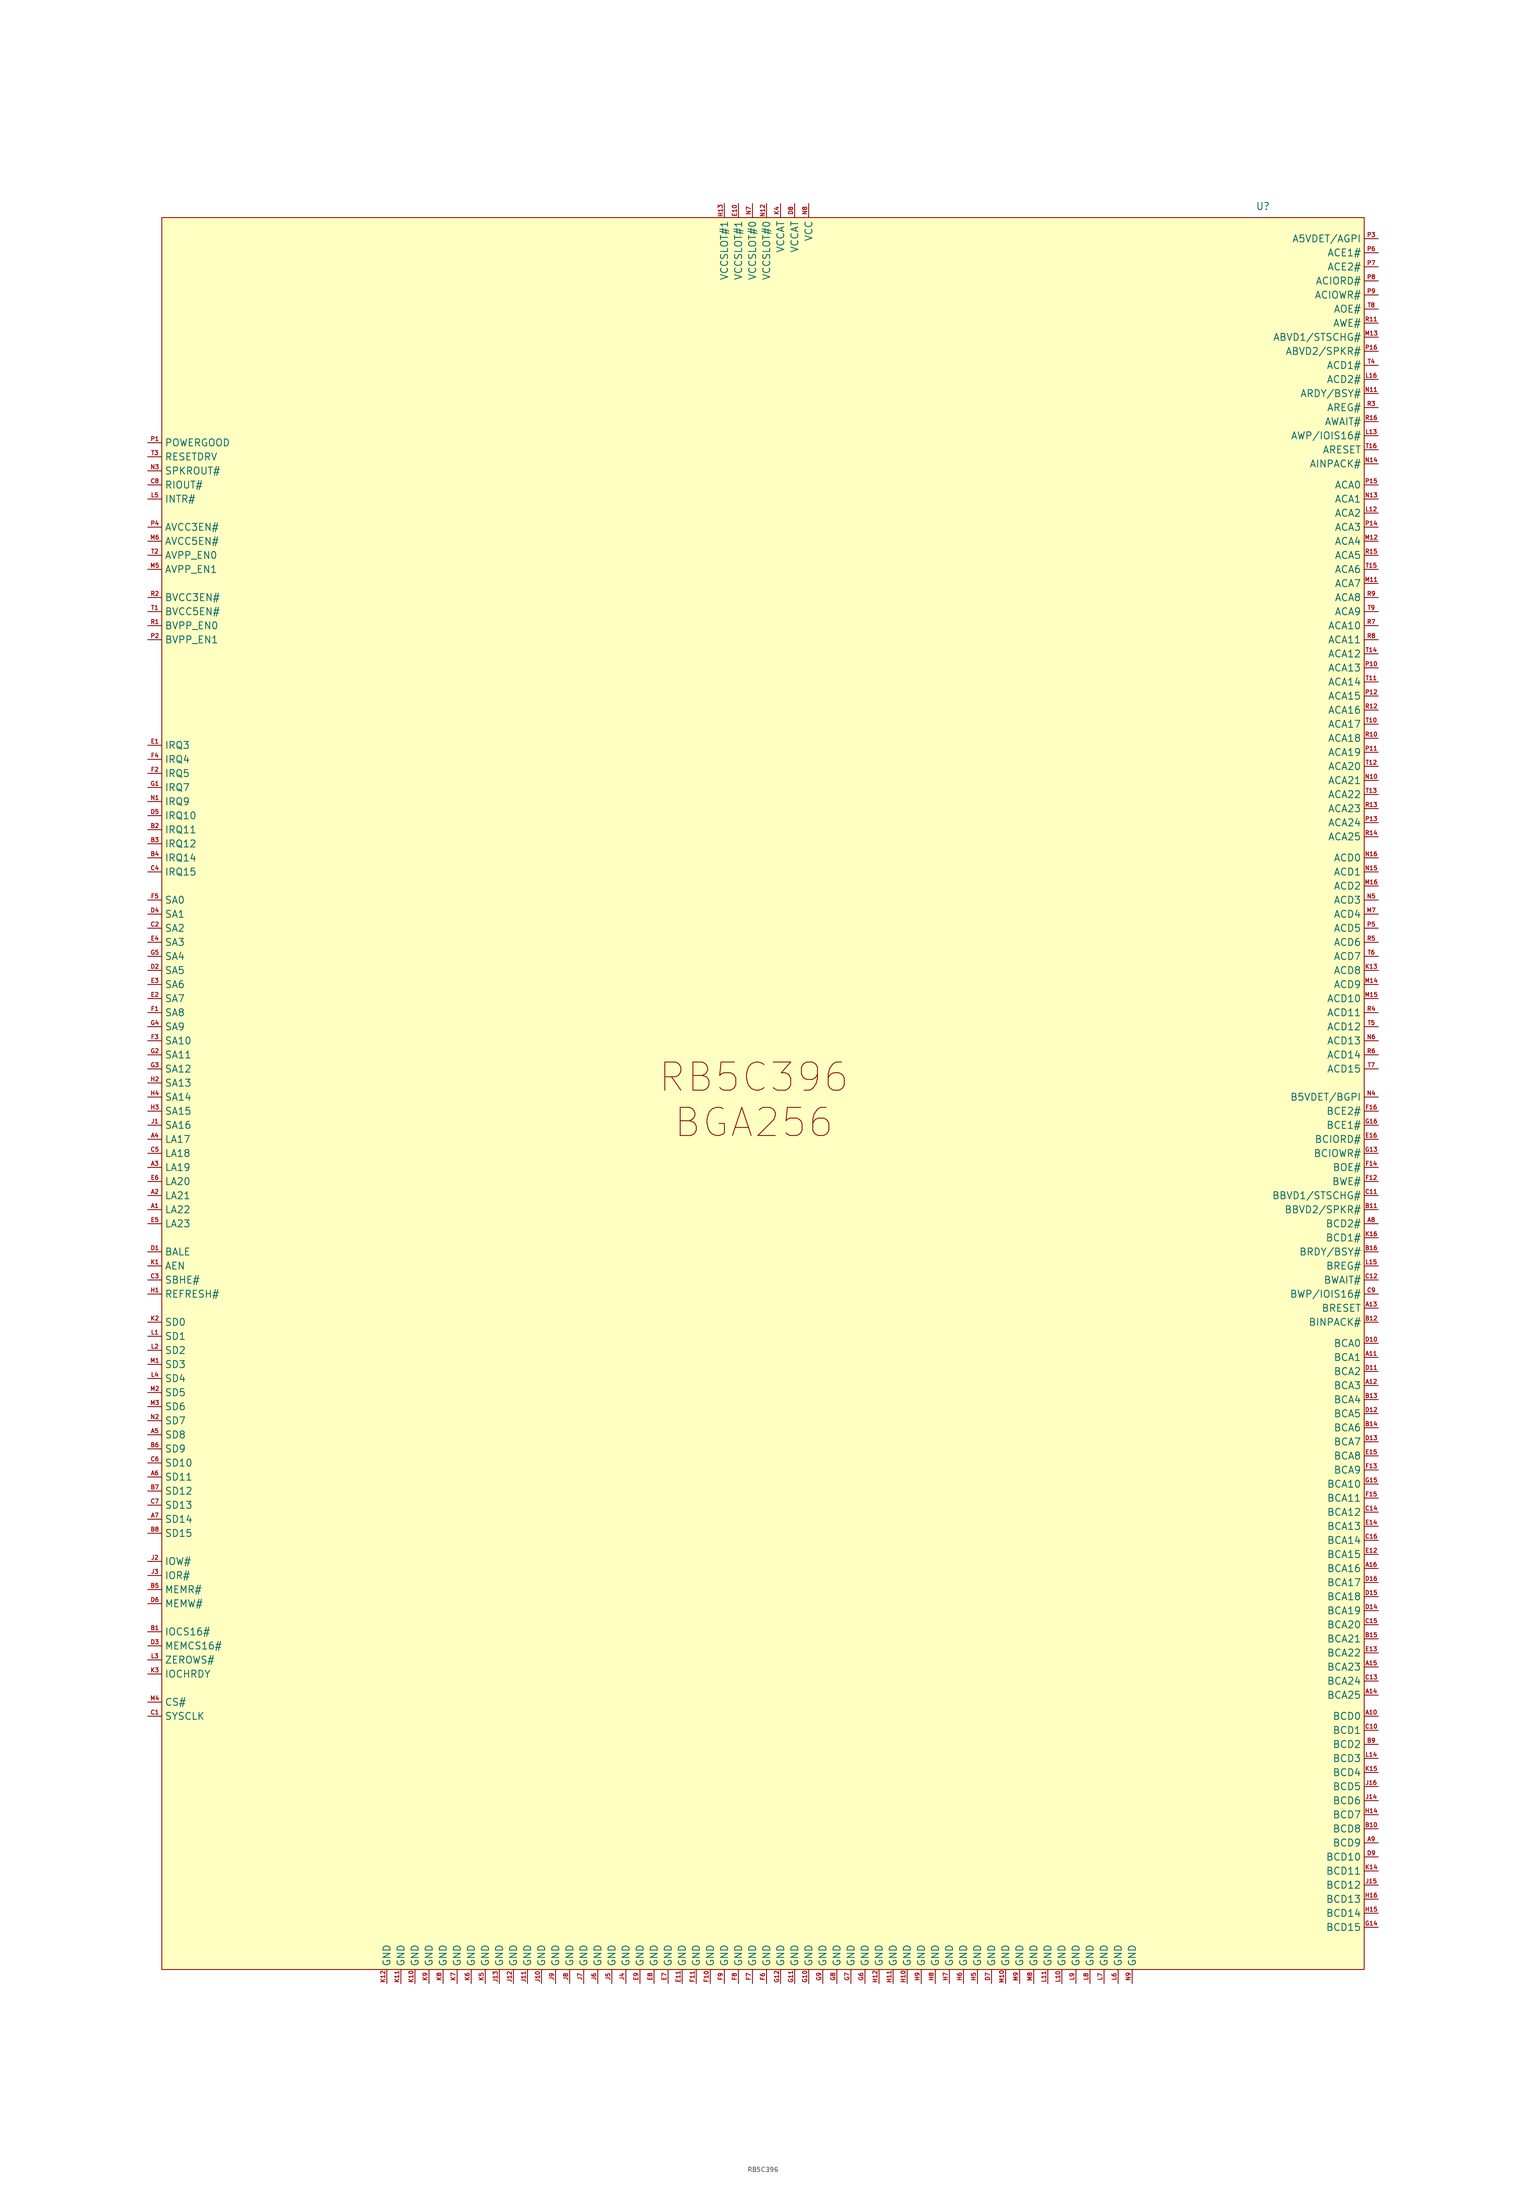
<source format=kicad_sym>
(kicad_symbol_lib
  (version 20241209)
  (generator "kicad_symbol_editor")
  (generator_version "9.0")
  (symbol "RB5C396"
    (property "Reference" "U"
      (at 90.932 162.052 0)
      (effects (font (size 1.27 1.27))))
    (property "Value" ""
      (at 0 0 0)
      (effects (font (size 1.27 1.27))))
    (symbol "RB5C396_1_1"
      (rectangle (start -107.95 160.02) (end 109.22 -156.21) (stroke (width 0) (type solid)) (fill (type color) (color 255 255 194 1)))
      (text "RB5C396\nBGA256" (at -1.016 0.762 0) (effects (font (size 5.08 5.08))))
      (pin input line (at -110.49 119.38 0) (length 2.54) (name "POWERGOOD" (effects (font (size 1.27 1.27)))) (number "P1" (effects (font (size 0.762 0.762)))))
      (pin input line (at -110.49 116.84 0) (length 2.54) (name "RESETDRV" (effects (font (size 1.27 1.27)))) (number "T3" (effects (font (size 0.762 0.762)))))
      (pin output line (at -110.49 114.3 0) (length 2.54) (name "SPKROUT#" (effects (font (size 1.27 1.27)))) (number "N3" (effects (font (size 0.762 0.762)))))
      (pin output line (at -110.49 111.76 0) (length 2.54) (name "RIOUT#" (effects (font (size 1.27 1.27)))) (number "C8" (effects (font (size 0.762 0.762)))))
      (pin output line (at -110.49 109.22 0) (length 2.54) (name "INTR#" (effects (font (size 1.27 1.27)))) (number "L5" (effects (font (size 0.762 0.762)))))
      (pin output line (at -110.49 104.14 0) (length 2.54) (name "AVCC3EN#" (effects (font (size 1.27 1.27)))) (number "P4" (effects (font (size 0.762 0.762)))))
      (pin output line (at -110.49 101.6 0) (length 2.54) (name "AVCC5EN#" (effects (font (size 1.27 1.27)))) (number "M6" (effects (font (size 0.762 0.762)))))
      (pin output line (at -110.49 99.06 0) (length 2.54) (name "AVPP_EN0" (effects (font (size 1.27 1.27)))) (number "T2" (effects (font (size 0.762 0.762)))))
      (pin output line (at -110.49 96.52 0) (length 2.54) (name "AVPP_EN1" (effects (font (size 1.27 1.27)))) (number "M5" (effects (font (size 0.762 0.762)))))
      (pin output line (at -110.49 91.44 0) (length 2.54) (name "BVCC3EN#" (effects (font (size 1.27 1.27)))) (number "R2" (effects (font (size 0.762 0.762)))))
      (pin output line (at -110.49 88.9 0) (length 2.54) (name "BVCC5EN#" (effects (font (size 1.27 1.27)))) (number "T1" (effects (font (size 0.762 0.762)))))
      (pin output line (at -110.49 86.36 0) (length 2.54) (name "BVPP_EN0" (effects (font (size 1.27 1.27)))) (number "R1" (effects (font (size 0.762 0.762)))))
      (pin output line (at -110.49 83.82 0) (length 2.54) (name "BVPP_EN1" (effects (font (size 1.27 1.27)))) (number "P2" (effects (font (size 0.762 0.762)))))
      (pin output line (at -110.49 64.77 0) (length 2.54) (name "IRQ3" (effects (font (size 1.27 1.27)))) (number "E1" (effects (font (size 0.762 0.762)))))
      (pin output line (at -110.49 62.23 0) (length 2.54) (name "IRQ4" (effects (font (size 1.27 1.27)))) (number "F4" (effects (font (size 0.762 0.762)))))
      (pin output line (at -110.49 59.69 0) (length 2.54) (name "IRQ5" (effects (font (size 1.27 1.27)))) (number "F2" (effects (font (size 0.762 0.762)))))
      (pin output line (at -110.49 57.15 0) (length 2.54) (name "IRQ7" (effects (font (size 1.27 1.27)))) (number "G1" (effects (font (size 0.762 0.762)))))
      (pin output line (at -110.49 54.61 0) (length 2.54) (name "IRQ9" (effects (font (size 1.27 1.27)))) (number "N1" (effects (font (size 0.762 0.762)))))
      (pin output line (at -110.49 52.07 0) (length 2.54) (name "IRQ10" (effects (font (size 1.27 1.27)))) (number "D5" (effects (font (size 0.762 0.762)))))
      (pin output line (at -110.49 49.53 0) (length 2.54) (name "IRQ11" (effects (font (size 1.27 1.27)))) (number "B2" (effects (font (size 0.762 0.762)))))
      (pin output line (at -110.49 46.99 0) (length 2.54) (name "IRQ12" (effects (font (size 1.27 1.27)))) (number "B3" (effects (font (size 0.762 0.762)))))
      (pin output line (at -110.49 44.45 0) (length 2.54) (name "IRQ14" (effects (font (size 1.27 1.27)))) (number "B4" (effects (font (size 0.762 0.762)))))
      (pin output line (at -110.49 41.91 0) (length 2.54) (name "IRQ15" (effects (font (size 1.27 1.27)))) (number "C4" (effects (font (size 0.762 0.762)))))
      (pin input line (at -110.49 36.83 0) (length 2.54) (name "SA0" (effects (font (size 1.27 1.27)))) (number "F5" (effects (font (size 0.762 0.762)))))
      (pin input line (at -110.49 34.29 0) (length 2.54) (name "SA1" (effects (font (size 1.27 1.27)))) (number "D4" (effects (font (size 0.762 0.762)))))
      (pin input line (at -110.49 31.75 0) (length 2.54) (name "SA2" (effects (font (size 1.27 1.27)))) (number "C2" (effects (font (size 0.762 0.762)))))
      (pin input line (at -110.49 29.21 0) (length 2.54) (name "SA3" (effects (font (size 1.27 1.27)))) (number "E4" (effects (font (size 0.762 0.762)))))
      (pin input line (at -110.49 26.67 0) (length 2.54) (name "SA4" (effects (font (size 1.27 1.27)))) (number "G5" (effects (font (size 0.762 0.762)))))
      (pin input line (at -110.49 24.13 0) (length 2.54) (name "SA5" (effects (font (size 1.27 1.27)))) (number "D2" (effects (font (size 0.762 0.762)))))
      (pin input line (at -110.49 21.59 0) (length 2.54) (name "SA6" (effects (font (size 1.27 1.27)))) (number "E3" (effects (font (size 0.762 0.762)))))
      (pin input line (at -110.49 19.05 0) (length 2.54) (name "SA7" (effects (font (size 1.27 1.27)))) (number "E2" (effects (font (size 0.762 0.762)))))
      (pin input line (at -110.49 16.51 0) (length 2.54) (name "SA8" (effects (font (size 1.27 1.27)))) (number "F1" (effects (font (size 0.762 0.762)))))
      (pin input line (at -110.49 13.97 0) (length 2.54) (name "SA9" (effects (font (size 1.27 1.27)))) (number "G4" (effects (font (size 0.762 0.762)))))
      (pin input line (at -110.49 11.43 0) (length 2.54) (name "SA10" (effects (font (size 1.27 1.27)))) (number "F3" (effects (font (size 0.762 0.762)))))
      (pin input line (at -110.49 8.89 0) (length 2.54) (name "SA11" (effects (font (size 1.27 1.27)))) (number "G2" (effects (font (size 0.762 0.762)))))
      (pin input line (at -110.49 6.35 0) (length 2.54) (name "SA12" (effects (font (size 1.27 1.27)))) (number "G3" (effects (font (size 0.762 0.762)))))
      (pin input line (at -110.49 3.81 0) (length 2.54) (name "SA13" (effects (font (size 1.27 1.27)))) (number "H2" (effects (font (size 0.762 0.762)))))
      (pin input line (at -110.49 1.27 0) (length 2.54) (name "SA14" (effects (font (size 1.27 1.27)))) (number "H4" (effects (font (size 0.762 0.762)))))
      (pin input line (at -110.49 -1.27 0) (length 2.54) (name "SA15" (effects (font (size 1.27 1.27)))) (number "H3" (effects (font (size 0.762 0.762)))))
      (pin input line (at -110.49 -3.81 0) (length 2.54) (name "SA16" (effects (font (size 1.27 1.27)))) (number "J1" (effects (font (size 0.762 0.762)))))
      (pin input line (at -110.49 -6.35 0) (length 2.54) (name "LA17" (effects (font (size 1.27 1.27)))) (number "A4" (effects (font (size 0.762 0.762)))))
      (pin input line (at -110.49 -8.89 0) (length 2.54) (name "LA18" (effects (font (size 1.27 1.27)))) (number "C5" (effects (font (size 0.762 0.762)))))
      (pin input line (at -110.49 -11.43 0) (length 2.54) (name "LA19" (effects (font (size 1.27 1.27)))) (number "A3" (effects (font (size 0.762 0.762)))))
      (pin input line (at -110.49 -13.97 0) (length 2.54) (name "LA20" (effects (font (size 1.27 1.27)))) (number "E6" (effects (font (size 0.762 0.762)))))
      (pin input line (at -110.49 -16.51 0) (length 2.54) (name "LA21" (effects (font (size 1.27 1.27)))) (number "A2" (effects (font (size 0.762 0.762)))))
      (pin input line (at -110.49 -19.05 0) (length 2.54) (name "LA22" (effects (font (size 1.27 1.27)))) (number "A1" (effects (font (size 0.762 0.762)))))
      (pin input line (at -110.49 -21.59 0) (length 2.54) (name "LA23" (effects (font (size 1.27 1.27)))) (number "E5" (effects (font (size 0.762 0.762)))))
      (pin input line (at -110.49 -26.67 0) (length 2.54) (name "BALE" (effects (font (size 1.27 1.27)))) (number "D1" (effects (font (size 0.762 0.762)))))
      (pin input line (at -110.49 -29.21 0) (length 2.54) (name "AEN" (effects (font (size 1.27 1.27)))) (number "K1" (effects (font (size 0.762 0.762)))))
      (pin input line (at -110.49 -31.75 0) (length 2.54) (name "SBHE#" (effects (font (size 1.27 1.27)))) (number "C3" (effects (font (size 0.762 0.762)))))
      (pin input line (at -110.49 -34.29 0) (length 2.54) (name "REFRESH#" (effects (font (size 1.27 1.27)))) (number "H1" (effects (font (size 0.762 0.762)))))
      (pin bidirectional line (at -110.49 -39.37 0) (length 2.54) (name "SD0" (effects (font (size 1.27 1.27)))) (number "K2" (effects (font (size 0.762 0.762)))))
      (pin bidirectional line (at -110.49 -41.91 0) (length 2.54) (name "SD1" (effects (font (size 1.27 1.27)))) (number "L1" (effects (font (size 0.762 0.762)))))
      (pin bidirectional line (at -110.49 -44.45 0) (length 2.54) (name "SD2" (effects (font (size 1.27 1.27)))) (number "L2" (effects (font (size 0.762 0.762)))))
      (pin bidirectional line (at -110.49 -46.99 0) (length 2.54) (name "SD3" (effects (font (size 1.27 1.27)))) (number "M1" (effects (font (size 0.762 0.762)))))
      (pin bidirectional line (at -110.49 -49.53 0) (length 2.54) (name "SD4" (effects (font (size 1.27 1.27)))) (number "L4" (effects (font (size 0.762 0.762)))))
      (pin bidirectional line (at -110.49 -52.07 0) (length 2.54) (name "SD5" (effects (font (size 1.27 1.27)))) (number "M2" (effects (font (size 0.762 0.762)))))
      (pin bidirectional line (at -110.49 -54.61 0) (length 2.54) (name "SD6" (effects (font (size 1.27 1.27)))) (number "M3" (effects (font (size 0.762 0.762)))))
      (pin bidirectional line (at -110.49 -57.15 0) (length 2.54) (name "SD7" (effects (font (size 1.27 1.27)))) (number "N2" (effects (font (size 0.762 0.762)))))
      (pin bidirectional line (at -110.49 -59.69 0) (length 2.54) (name "SD8" (effects (font (size 1.27 1.27)))) (number "A5" (effects (font (size 0.762 0.762)))))
      (pin bidirectional line (at -110.49 -62.23 0) (length 2.54) (name "SD9" (effects (font (size 1.27 1.27)))) (number "B6" (effects (font (size 0.762 0.762)))))
      (pin bidirectional line (at -110.49 -64.77 0) (length 2.54) (name "SD10" (effects (font (size 1.27 1.27)))) (number "C6" (effects (font (size 0.762 0.762)))))
      (pin bidirectional line (at -110.49 -67.31 0) (length 2.54) (name "SD11" (effects (font (size 1.27 1.27)))) (number "A6" (effects (font (size 0.762 0.762)))))
      (pin bidirectional line (at -110.49 -69.85 0) (length 2.54) (name "SD12" (effects (font (size 1.27 1.27)))) (number "B7" (effects (font (size 0.762 0.762)))))
      (pin bidirectional line (at -110.49 -72.39 0) (length 2.54) (name "SD13" (effects (font (size 1.27 1.27)))) (number "C7" (effects (font (size 0.762 0.762)))))
      (pin bidirectional line (at -110.49 -74.93 0) (length 2.54) (name "SD14" (effects (font (size 1.27 1.27)))) (number "A7" (effects (font (size 0.762 0.762)))))
      (pin bidirectional line (at -110.49 -77.47 0) (length 2.54) (name "SD15" (effects (font (size 1.27 1.27)))) (number "B8" (effects (font (size 0.762 0.762)))))
      (pin input line (at -110.49 -82.55 0) (length 2.54) (name "IOW#" (effects (font (size 1.27 1.27)))) (number "J2" (effects (font (size 0.762 0.762)))))
      (pin input line (at -110.49 -85.09 0) (length 2.54) (name "IOR#" (effects (font (size 1.27 1.27)))) (number "J3" (effects (font (size 0.762 0.762)))))
      (pin input line (at -110.49 -87.63 0) (length 2.54) (name "MEMR#" (effects (font (size 1.27 1.27)))) (number "B5" (effects (font (size 0.762 0.762)))))
      (pin input line (at -110.49 -90.17 0) (length 2.54) (name "MEMW#" (effects (font (size 1.27 1.27)))) (number "D6" (effects (font (size 0.762 0.762)))))
      (pin output line (at -110.49 -95.25 0) (length 2.54) (name "IOCS16#" (effects (font (size 1.27 1.27)))) (number "B1" (effects (font (size 0.762 0.762)))))
      (pin output line (at -110.49 -97.79 0) (length 2.54) (name "MEMCS16#" (effects (font (size 1.27 1.27)))) (number "D3" (effects (font (size 0.762 0.762)))))
      (pin output line (at -110.49 -100.33 0) (length 2.54) (name "ZEROWS#" (effects (font (size 1.27 1.27)))) (number "L3" (effects (font (size 0.762 0.762)))))
      (pin output line (at -110.49 -102.87 0) (length 2.54) (name "IOCHRDY" (effects (font (size 1.27 1.27)))) (number "K3" (effects (font (size 0.762 0.762)))))
      (pin input line (at -110.49 -107.95 0) (length 2.54) (name "CS#" (effects (font (size 1.27 1.27)))) (number "M4" (effects (font (size 0.762 0.762)))))
      (pin input line (at -110.49 -110.49 0) (length 2.54) (name "SYSCLK" (effects (font (size 1.27 1.27)))) (number "C1" (effects (font (size 0.762 0.762)))))
      (pin power_in line (at -67.31 -158.75 90) (length 2.54) (name "GND" (effects (font (size 1.27 1.27)))) (number "K12" (effects (font (size 0.762 0.762)))))
      (pin power_in line (at -64.77 -158.75 90) (length 2.54) (name "GND" (effects (font (size 1.27 1.27)))) (number "K11" (effects (font (size 0.762 0.762)))))
      (pin power_in line (at -62.23 -158.75 90) (length 2.54) (name "GND" (effects (font (size 1.27 1.27)))) (number "K10" (effects (font (size 0.762 0.762)))))
      (pin power_in line (at -59.69 -158.75 90) (length 2.54) (name "GND" (effects (font (size 1.27 1.27)))) (number "K9" (effects (font (size 0.762 0.762)))))
      (pin power_in line (at -57.15 -158.75 90) (length 2.54) (name "GND" (effects (font (size 1.27 1.27)))) (number "K8" (effects (font (size 0.762 0.762)))))
      (pin power_in line (at -54.61 -158.75 90) (length 2.54) (name "GND" (effects (font (size 1.27 1.27)))) (number "K7" (effects (font (size 0.762 0.762)))))
      (pin power_in line (at -52.07 -158.75 90) (length 2.54) (name "GND" (effects (font (size 1.27 1.27)))) (number "K6" (effects (font (size 0.762 0.762)))))
      (pin power_in line (at -49.53 -158.75 90) (length 2.54) (name "GND" (effects (font (size 1.27 1.27)))) (number "K5" (effects (font (size 0.762 0.762)))))
      (pin power_in line (at -46.99 -158.75 90) (length 2.54) (name "GND" (effects (font (size 1.27 1.27)))) (number "J13" (effects (font (size 0.762 0.762)))))
      (pin power_in line (at -44.45 -158.75 90) (length 2.54) (name "GND" (effects (font (size 1.27 1.27)))) (number "J12" (effects (font (size 0.762 0.762)))))
      (pin power_in line (at -41.91 -158.75 90) (length 2.54) (name "GND" (effects (font (size 1.27 1.27)))) (number "J11" (effects (font (size 0.762 0.762)))))
      (pin power_in line (at -39.37 -158.75 90) (length 2.54) (name "GND" (effects (font (size 1.27 1.27)))) (number "J10" (effects (font (size 0.762 0.762)))))
      (pin power_in line (at -36.83 -158.75 90) (length 2.54) (name "GND" (effects (font (size 1.27 1.27)))) (number "J9" (effects (font (size 0.762 0.762)))))
      (pin power_in line (at -34.29 -158.75 90) (length 2.54) (name "GND" (effects (font (size 1.27 1.27)))) (number "J8" (effects (font (size 0.762 0.762)))))
      (pin power_in line (at -31.75 -158.75 90) (length 2.54) (name "GND" (effects (font (size 1.27 1.27)))) (number "J7" (effects (font (size 0.762 0.762)))))
      (pin power_in line (at -29.21 -158.75 90) (length 2.54) (name "GND" (effects (font (size 1.27 1.27)))) (number "J6" (effects (font (size 0.762 0.762)))))
      (pin power_in line (at -26.67 -158.75 90) (length 2.54) (name "GND" (effects (font (size 1.27 1.27)))) (number "J5" (effects (font (size 0.762 0.762)))))
      (pin power_in line (at -24.13 -158.75 90) (length 2.54) (name "GND" (effects (font (size 1.27 1.27)))) (number "J4" (effects (font (size 0.762 0.762)))))
      (pin power_in line (at -21.59 -158.75 90) (length 2.54) (name "GND" (effects (font (size 1.27 1.27)))) (number "E9" (effects (font (size 0.762 0.762)))))
      (pin power_in line (at -19.05 -158.75 90) (length 2.54) (name "GND" (effects (font (size 1.27 1.27)))) (number "E8" (effects (font (size 0.762 0.762)))))
      (pin power_in line (at -16.51 -158.75 90) (length 2.54) (name "GND" (effects (font (size 1.27 1.27)))) (number "E7" (effects (font (size 0.762 0.762)))))
      (pin power_in line (at -13.97 -158.75 90) (length 2.54) (name "GND" (effects (font (size 1.27 1.27)))) (number "E11" (effects (font (size 0.762 0.762)))))
      (pin power_in line (at -11.43 -158.75 90) (length 2.54) (name "GND" (effects (font (size 1.27 1.27)))) (number "F11" (effects (font (size 0.762 0.762)))))
      (pin power_in line (at -8.89 -158.75 90) (length 2.54) (name "GND" (effects (font (size 1.27 1.27)))) (number "F10" (effects (font (size 0.762 0.762)))))
      (pin power_in line (at -6.35 162.56 270) (length 2.54) (name "VCCSLOT#1" (effects (font (size 1.27 1.27)))) (number "H13" (effects (font (size 0.762 0.762)))))
      (pin power_in line (at -6.35 -158.75 90) (length 2.54) (name "GND" (effects (font (size 1.27 1.27)))) (number "F9" (effects (font (size 0.762 0.762)))))
      (pin power_in line (at -3.81 162.56 270) (length 2.54) (name "VCCSLOT#1" (effects (font (size 1.27 1.27)))) (number "E10" (effects (font (size 0.762 0.762)))))
      (pin power_in line (at -3.81 -158.75 90) (length 2.54) (name "GND" (effects (font (size 1.27 1.27)))) (number "F8" (effects (font (size 0.762 0.762)))))
      (pin power_in line (at -1.27 162.56 270) (length 2.54) (name "VCCSLOT#0" (effects (font (size 1.27 1.27)))) (number "N7" (effects (font (size 0.762 0.762)))))
      (pin power_in line (at -1.27 -158.75 90) (length 2.54) (name "GND" (effects (font (size 1.27 1.27)))) (number "F7" (effects (font (size 0.762 0.762)))))
      (pin power_in line (at 1.27 162.56 270) (length 2.54) (name "VCCSLOT#0" (effects (font (size 1.27 1.27)))) (number "N12" (effects (font (size 0.762 0.762)))))
      (pin power_in line (at 1.27 -158.75 90) (length 2.54) (name "GND" (effects (font (size 1.27 1.27)))) (number "F6" (effects (font (size 0.762 0.762)))))
      (pin power_in line (at 3.81 162.56 270) (length 2.54) (name "VCCAT" (effects (font (size 1.27 1.27)))) (number "K4" (effects (font (size 0.762 0.762)))))
      (pin power_in line (at 3.81 -158.75 90) (length 2.54) (name "GND" (effects (font (size 1.27 1.27)))) (number "G12" (effects (font (size 0.762 0.762)))))
      (pin power_in line (at 6.35 162.56 270) (length 2.54) (name "VCCAT" (effects (font (size 1.27 1.27)))) (number "D8" (effects (font (size 0.762 0.762)))))
      (pin power_in line (at 6.35 -158.75 90) (length 2.54) (name "GND" (effects (font (size 1.27 1.27)))) (number "G11" (effects (font (size 0.762 0.762)))))
      (pin power_in line (at 8.89 162.56 270) (length 2.54) (name "VCC" (effects (font (size 1.27 1.27)))) (number "N8" (effects (font (size 0.762 0.762)))))
      (pin power_in line (at 8.89 -158.75 90) (length 2.54) (name "GND" (effects (font (size 1.27 1.27)))) (number "G10" (effects (font (size 0.762 0.762)))))
      (pin power_in line (at 11.43 -158.75 90) (length 2.54) (name "GND" (effects (font (size 1.27 1.27)))) (number "G9" (effects (font (size 0.762 0.762)))))
      (pin power_in line (at 13.97 -158.75 90) (length 2.54) (name "GND" (effects (font (size 1.27 1.27)))) (number "G8" (effects (font (size 0.762 0.762)))))
      (pin power_in line (at 16.51 -158.75 90) (length 2.54) (name "GND" (effects (font (size 1.27 1.27)))) (number "G7" (effects (font (size 0.762 0.762)))))
      (pin power_in line (at 19.05 -158.75 90) (length 2.54) (name "GND" (effects (font (size 1.27 1.27)))) (number "G6" (effects (font (size 0.762 0.762)))))
      (pin power_in line (at 21.59 -158.75 90) (length 2.54) (name "GND" (effects (font (size 1.27 1.27)))) (number "H12" (effects (font (size 0.762 0.762)))))
      (pin power_in line (at 24.13 -158.75 90) (length 2.54) (name "GND" (effects (font (size 1.27 1.27)))) (number "H11" (effects (font (size 0.762 0.762)))))
      (pin power_in line (at 26.67 -158.75 90) (length 2.54) (name "GND" (effects (font (size 1.27 1.27)))) (number "H10" (effects (font (size 0.762 0.762)))))
      (pin power_in line (at 29.21 -158.75 90) (length 2.54) (name "GND" (effects (font (size 1.27 1.27)))) (number "H9" (effects (font (size 0.762 0.762)))))
      (pin power_in line (at 31.75 -158.75 90) (length 2.54) (name "GND" (effects (font (size 1.27 1.27)))) (number "H8" (effects (font (size 0.762 0.762)))))
      (pin power_in line (at 34.29 -158.75 90) (length 2.54) (name "GND" (effects (font (size 1.27 1.27)))) (number "H7" (effects (font (size 0.762 0.762)))))
      (pin power_in line (at 36.83 -158.75 90) (length 2.54) (name "GND" (effects (font (size 1.27 1.27)))) (number "H6" (effects (font (size 0.762 0.762)))))
      (pin power_in line (at 39.37 -158.75 90) (length 2.54) (name "GND" (effects (font (size 1.27 1.27)))) (number "H5" (effects (font (size 0.762 0.762)))))
      (pin power_in line (at 41.91 -158.75 90) (length 2.54) (name "GND" (effects (font (size 1.27 1.27)))) (number "D7" (effects (font (size 0.762 0.762)))))
      (pin power_in line (at 44.45 -158.75 90) (length 2.54) (name "GND" (effects (font (size 1.27 1.27)))) (number "M10" (effects (font (size 0.762 0.762)))))
      (pin power_in line (at 46.99 -158.75 90) (length 2.54) (name "GND" (effects (font (size 1.27 1.27)))) (number "M9" (effects (font (size 0.762 0.762)))))
      (pin power_in line (at 49.53 -158.75 90) (length 2.54) (name "GND" (effects (font (size 1.27 1.27)))) (number "M8" (effects (font (size 0.762 0.762)))))
      (pin power_in line (at 52.07 -158.75 90) (length 2.54) (name "GND" (effects (font (size 1.27 1.27)))) (number "L11" (effects (font (size 0.762 0.762)))))
      (pin power_in line (at 54.61 -158.75 90) (length 2.54) (name "GND" (effects (font (size 1.27 1.27)))) (number "L10" (effects (font (size 0.762 0.762)))))
      (pin power_in line (at 57.15 -158.75 90) (length 2.54) (name "GND" (effects (font (size 1.27 1.27)))) (number "L9" (effects (font (size 0.762 0.762)))))
      (pin power_in line (at 59.69 -158.75 90) (length 2.54) (name "GND" (effects (font (size 1.27 1.27)))) (number "L8" (effects (font (size 0.762 0.762)))))
      (pin power_in line (at 62.23 -158.75 90) (length 2.54) (name "GND" (effects (font (size 1.27 1.27)))) (number "L7" (effects (font (size 0.762 0.762)))))
      (pin power_in line (at 64.77 -158.75 90) (length 2.54) (name "GND" (effects (font (size 1.27 1.27)))) (number "L6" (effects (font (size 0.762 0.762)))))
      (pin power_in line (at 67.31 -158.75 90) (length 2.54) (name "GND" (effects (font (size 1.27 1.27)))) (number "N9" (effects (font (size 0.762 0.762)))))
      (pin input line (at 111.76 156.21 180) (length 2.54) (name "A5VDET/AGPI" (effects (font (size 1.27 1.27)))) (number "P3" (effects (font (size 0.762 0.762)))))
      (pin output line (at 111.76 153.67 180) (length 2.54) (name "ACE1#" (effects (font (size 1.27 1.27)))) (number "P6" (effects (font (size 0.762 0.762)))))
      (pin output line (at 111.76 151.13 180) (length 2.54) (name "ACE2#" (effects (font (size 1.27 1.27)))) (number "P7" (effects (font (size 0.762 0.762)))))
      (pin output line (at 111.76 148.59 180) (length 2.54) (name "ACIORD#" (effects (font (size 1.27 1.27)))) (number "P8" (effects (font (size 0.762 0.762)))))
      (pin output line (at 111.76 146.05 180) (length 2.54) (name "ACIOWR#" (effects (font (size 1.27 1.27)))) (number "P9" (effects (font (size 0.762 0.762)))))
      (pin output line (at 111.76 143.51 180) (length 2.54) (name "AOE#" (effects (font (size 1.27 1.27)))) (number "T8" (effects (font (size 0.762 0.762)))))
      (pin output line (at 111.76 140.97 180) (length 2.54) (name "AWE#" (effects (font (size 1.27 1.27)))) (number "R11" (effects (font (size 0.762 0.762)))))
      (pin input line (at 111.76 138.43 180) (length 2.54) (name "ABVD1/STSCHG#" (effects (font (size 1.27 1.27)))) (number "M13" (effects (font (size 0.762 0.762)))))
      (pin input line (at 111.76 135.89 180) (length 2.54) (name "ABVD2/SPKR#" (effects (font (size 1.27 1.27)))) (number "P16" (effects (font (size 0.762 0.762)))))
      (pin input line (at 111.76 133.35 180) (length 2.54) (name "ACD1#" (effects (font (size 1.27 1.27)))) (number "T4" (effects (font (size 0.762 0.762)))))
      (pin input line (at 111.76 130.81 180) (length 2.54) (name "ACD2#" (effects (font (size 1.27 1.27)))) (number "L16" (effects (font (size 0.762 0.762)))))
      (pin input line (at 111.76 128.27 180) (length 2.54) (name "ARDY/BSY#" (effects (font (size 1.27 1.27)))) (number "N11" (effects (font (size 0.762 0.762)))))
      (pin output line (at 111.76 125.73 180) (length 2.54) (name "AREG#" (effects (font (size 1.27 1.27)))) (number "R3" (effects (font (size 0.762 0.762)))))
      (pin input line (at 111.76 123.19 180) (length 2.54) (name "AWAIT#" (effects (font (size 1.27 1.27)))) (number "R16" (effects (font (size 0.762 0.762)))))
      (pin input line (at 111.76 120.65 180) (length 2.54) (name "AWP/IOIS16#" (effects (font (size 1.27 1.27)))) (number "L13" (effects (font (size 0.762 0.762)))))
      (pin output line (at 111.76 118.11 180) (length 2.54) (name "ARESET" (effects (font (size 1.27 1.27)))) (number "T16" (effects (font (size 0.762 0.762)))))
      (pin input line (at 111.76 115.57 180) (length 2.54) (name "AINPACK#" (effects (font (size 1.27 1.27)))) (number "N14" (effects (font (size 0.762 0.762)))))
      (pin output line (at 111.76 111.76 180) (length 2.54) (name "ACA0" (effects (font (size 1.27 1.27)))) (number "P15" (effects (font (size 0.762 0.762)))))
      (pin output line (at 111.76 109.22 180) (length 2.54) (name "ACA1" (effects (font (size 1.27 1.27)))) (number "N13" (effects (font (size 0.762 0.762)))))
      (pin output line (at 111.76 106.68 180) (length 2.54) (name "ACA2" (effects (font (size 1.27 1.27)))) (number "L12" (effects (font (size 0.762 0.762)))))
      (pin output line (at 111.76 104.14 180) (length 2.54) (name "ACA3" (effects (font (size 1.27 1.27)))) (number "P14" (effects (font (size 0.762 0.762)))))
      (pin output line (at 111.76 101.6 180) (length 2.54) (name "ACA4" (effects (font (size 1.27 1.27)))) (number "M12" (effects (font (size 0.762 0.762)))))
      (pin output line (at 111.76 99.06 180) (length 2.54) (name "ACA5" (effects (font (size 1.27 1.27)))) (number "R15" (effects (font (size 0.762 0.762)))))
      (pin output line (at 111.76 96.52 180) (length 2.54) (name "ACA6" (effects (font (size 1.27 1.27)))) (number "T15" (effects (font (size 0.762 0.762)))))
      (pin output line (at 111.76 93.98 180) (length 2.54) (name "ACA7" (effects (font (size 1.27 1.27)))) (number "M11" (effects (font (size 0.762 0.762)))))
      (pin output line (at 111.76 91.44 180) (length 2.54) (name "ACA8" (effects (font (size 1.27 1.27)))) (number "R9" (effects (font (size 0.762 0.762)))))
      (pin output line (at 111.76 88.9 180) (length 2.54) (name "ACA9" (effects (font (size 1.27 1.27)))) (number "T9" (effects (font (size 0.762 0.762)))))
      (pin output line (at 111.76 86.36 180) (length 2.54) (name "ACA10" (effects (font (size 1.27 1.27)))) (number "R7" (effects (font (size 0.762 0.762)))))
      (pin output line (at 111.76 83.82 180) (length 2.54) (name "ACA11" (effects (font (size 1.27 1.27)))) (number "R8" (effects (font (size 0.762 0.762)))))
      (pin output line (at 111.76 81.28 180) (length 2.54) (name "ACA12" (effects (font (size 1.27 1.27)))) (number "T14" (effects (font (size 0.762 0.762)))))
      (pin output line (at 111.76 78.74 180) (length 2.54) (name "ACA13" (effects (font (size 1.27 1.27)))) (number "P10" (effects (font (size 0.762 0.762)))))
      (pin output line (at 111.76 76.2 180) (length 2.54) (name "ACA14" (effects (font (size 1.27 1.27)))) (number "T11" (effects (font (size 0.762 0.762)))))
      (pin output line (at 111.76 73.66 180) (length 2.54) (name "ACA15" (effects (font (size 1.27 1.27)))) (number "P12" (effects (font (size 0.762 0.762)))))
      (pin output line (at 111.76 71.12 180) (length 2.54) (name "ACA16" (effects (font (size 1.27 1.27)))) (number "R12" (effects (font (size 0.762 0.762)))))
      (pin output line (at 111.76 68.58 180) (length 2.54) (name "ACA17" (effects (font (size 1.27 1.27)))) (number "T10" (effects (font (size 0.762 0.762)))))
      (pin output line (at 111.76 66.04 180) (length 2.54) (name "ACA18" (effects (font (size 1.27 1.27)))) (number "R10" (effects (font (size 0.762 0.762)))))
      (pin output line (at 111.76 63.5 180) (length 2.54) (name "ACA19" (effects (font (size 1.27 1.27)))) (number "P11" (effects (font (size 0.762 0.762)))))
      (pin output line (at 111.76 60.96 180) (length 2.54) (name "ACA20" (effects (font (size 1.27 1.27)))) (number "T12" (effects (font (size 0.762 0.762)))))
      (pin output line (at 111.76 58.42 180) (length 2.54) (name "ACA21" (effects (font (size 1.27 1.27)))) (number "N10" (effects (font (size 0.762 0.762)))))
      (pin output line (at 111.76 55.88 180) (length 2.54) (name "ACA22" (effects (font (size 1.27 1.27)))) (number "T13" (effects (font (size 0.762 0.762)))))
      (pin output line (at 111.76 53.34 180) (length 2.54) (name "ACA23" (effects (font (size 1.27 1.27)))) (number "R13" (effects (font (size 0.762 0.762)))))
      (pin output line (at 111.76 50.8 180) (length 2.54) (name "ACA24" (effects (font (size 1.27 1.27)))) (number "P13" (effects (font (size 0.762 0.762)))))
      (pin output line (at 111.76 48.26 180) (length 2.54) (name "ACA25" (effects (font (size 1.27 1.27)))) (number "R14" (effects (font (size 0.762 0.762)))))
      (pin bidirectional line (at 111.76 44.45 180) (length 2.54) (name "ACD0" (effects (font (size 1.27 1.27)))) (number "N16" (effects (font (size 0.762 0.762)))))
      (pin bidirectional line (at 111.76 41.91 180) (length 2.54) (name "ACD1" (effects (font (size 1.27 1.27)))) (number "N15" (effects (font (size 0.762 0.762)))))
      (pin bidirectional line (at 111.76 39.37 180) (length 2.54) (name "ACD2" (effects (font (size 1.27 1.27)))) (number "M16" (effects (font (size 0.762 0.762)))))
      (pin bidirectional line (at 111.76 36.83 180) (length 2.54) (name "ACD3" (effects (font (size 1.27 1.27)))) (number "N5" (effects (font (size 0.762 0.762)))))
      (pin bidirectional line (at 111.76 34.29 180) (length 2.54) (name "ACD4" (effects (font (size 1.27 1.27)))) (number "M7" (effects (font (size 0.762 0.762)))))
      (pin bidirectional line (at 111.76 31.75 180) (length 2.54) (name "ACD5" (effects (font (size 1.27 1.27)))) (number "P5" (effects (font (size 0.762 0.762)))))
      (pin bidirectional line (at 111.76 29.21 180) (length 2.54) (name "ACD6" (effects (font (size 1.27 1.27)))) (number "R5" (effects (font (size 0.762 0.762)))))
      (pin bidirectional line (at 111.76 26.67 180) (length 2.54) (name "ACD7" (effects (font (size 1.27 1.27)))) (number "T6" (effects (font (size 0.762 0.762)))))
      (pin bidirectional line (at 111.76 24.13 180) (length 2.54) (name "ACD8" (effects (font (size 1.27 1.27)))) (number "K13" (effects (font (size 0.762 0.762)))))
      (pin bidirectional line (at 111.76 21.59 180) (length 2.54) (name "ACD9" (effects (font (size 1.27 1.27)))) (number "M14" (effects (font (size 0.762 0.762)))))
      (pin bidirectional line (at 111.76 19.05 180) (length 2.54) (name "ACD10" (effects (font (size 1.27 1.27)))) (number "M15" (effects (font (size 0.762 0.762)))))
      (pin bidirectional line (at 111.76 16.51 180) (length 2.54) (name "ACD11" (effects (font (size 1.27 1.27)))) (number "R4" (effects (font (size 0.762 0.762)))))
      (pin bidirectional line (at 111.76 13.97 180) (length 2.54) (name "ACD12" (effects (font (size 1.27 1.27)))) (number "T5" (effects (font (size 0.762 0.762)))))
      (pin bidirectional line (at 111.76 11.43 180) (length 2.54) (name "ACD13" (effects (font (size 1.27 1.27)))) (number "N6" (effects (font (size 0.762 0.762)))))
      (pin bidirectional line (at 111.76 8.89 180) (length 2.54) (name "ACD14" (effects (font (size 1.27 1.27)))) (number "R6" (effects (font (size 0.762 0.762)))))
      (pin bidirectional line (at 111.76 6.35 180) (length 2.54) (name "ACD15" (effects (font (size 1.27 1.27)))) (number "T7" (effects (font (size 0.762 0.762)))))
      (pin input line (at 111.76 1.27 180) (length 2.54) (name "B5VDET/BGPI" (effects (font (size 1.27 1.27)))) (number "N4" (effects (font (size 0.762 0.762)))))
      (pin output line (at 111.76 -1.27 180) (length 2.54) (name "BCE2#" (effects (font (size 1.27 1.27)))) (number "F16" (effects (font (size 0.762 0.762)))))
      (pin output line (at 111.76 -3.81 180) (length 2.54) (name "BCE1#" (effects (font (size 1.27 1.27)))) (number "G16" (effects (font (size 0.762 0.762)))))
      (pin output line (at 111.76 -6.35 180) (length 2.54) (name "BCIORD#" (effects (font (size 1.27 1.27)))) (number "E16" (effects (font (size 0.762 0.762)))))
      (pin output line (at 111.76 -8.89 180) (length 2.54) (name "BCIOWR#" (effects (font (size 1.27 1.27)))) (number "G13" (effects (font (size 0.762 0.762)))))
      (pin output line (at 111.76 -11.43 180) (length 2.54) (name "BOE#" (effects (font (size 1.27 1.27)))) (number "F14" (effects (font (size 0.762 0.762)))))
      (pin output line (at 111.76 -13.97 180) (length 2.54) (name "BWE#" (effects (font (size 1.27 1.27)))) (number "F12" (effects (font (size 0.762 0.762)))))
      (pin input line (at 111.76 -16.51 180) (length 2.54) (name "BBVD1/STSCHG#" (effects (font (size 1.27 1.27)))) (number "C11" (effects (font (size 0.762 0.762)))))
      (pin input line (at 111.76 -19.05 180) (length 2.54) (name "BBVD2/SPKR#" (effects (font (size 1.27 1.27)))) (number "B11" (effects (font (size 0.762 0.762)))))
      (pin input line (at 111.76 -21.59 180) (length 2.54) (name "BCD2#" (effects (font (size 1.27 1.27)))) (number "A8" (effects (font (size 0.762 0.762)))))
      (pin input line (at 111.76 -24.13 180) (length 2.54) (name "BCD1#" (effects (font (size 1.27 1.27)))) (number "K16" (effects (font (size 0.762 0.762)))))
      (pin input line (at 111.76 -26.67 180) (length 2.54) (name "BRDY/BSY#" (effects (font (size 1.27 1.27)))) (number "B16" (effects (font (size 0.762 0.762)))))
      (pin output line (at 111.76 -29.21 180) (length 2.54) (name "BREG#" (effects (font (size 1.27 1.27)))) (number "L15" (effects (font (size 0.762 0.762)))))
      (pin input line (at 111.76 -31.75 180) (length 2.54) (name "BWAIT#" (effects (font (size 1.27 1.27)))) (number "C12" (effects (font (size 0.762 0.762)))))
      (pin input line (at 111.76 -34.29 180) (length 2.54) (name "BWP/IOIS16#" (effects (font (size 1.27 1.27)))) (number "C9" (effects (font (size 0.762 0.762)))))
      (pin output line (at 111.76 -36.83 180) (length 2.54) (name "BRESET" (effects (font (size 1.27 1.27)))) (number "A13" (effects (font (size 0.762 0.762)))))
      (pin input line (at 111.76 -39.37 180) (length 2.54) (name "BINPACK#" (effects (font (size 1.27 1.27)))) (number "B12" (effects (font (size 0.762 0.762)))))
      (pin bidirectional line (at 111.76 -43.18 180) (length 2.54) (name "BCA0" (effects (font (size 1.27 1.27)))) (number "D10" (effects (font (size 0.762 0.762)))))
      (pin bidirectional line (at 111.76 -45.72 180) (length 2.54) (name "BCA1" (effects (font (size 1.27 1.27)))) (number "A11" (effects (font (size 0.762 0.762)))))
      (pin bidirectional line (at 111.76 -48.26 180) (length 2.54) (name "BCA2" (effects (font (size 1.27 1.27)))) (number "D11" (effects (font (size 0.762 0.762)))))
      (pin bidirectional line (at 111.76 -50.8 180) (length 2.54) (name "BCA3" (effects (font (size 1.27 1.27)))) (number "A12" (effects (font (size 0.762 0.762)))))
      (pin bidirectional line (at 111.76 -53.34 180) (length 2.54) (name "BCA4" (effects (font (size 1.27 1.27)))) (number "B13" (effects (font (size 0.762 0.762)))))
      (pin bidirectional line (at 111.76 -55.88 180) (length 2.54) (name "BCA5" (effects (font (size 1.27 1.27)))) (number "D12" (effects (font (size 0.762 0.762)))))
      (pin bidirectional line (at 111.76 -58.42 180) (length 2.54) (name "BCA6" (effects (font (size 1.27 1.27)))) (number "B14" (effects (font (size 0.762 0.762)))))
      (pin bidirectional line (at 111.76 -60.96 180) (length 2.54) (name "BCA7" (effects (font (size 1.27 1.27)))) (number "D13" (effects (font (size 0.762 0.762)))))
      (pin bidirectional line (at 111.76 -63.5 180) (length 2.54) (name "BCA8" (effects (font (size 1.27 1.27)))) (number "E15" (effects (font (size 0.762 0.762)))))
      (pin bidirectional line (at 111.76 -66.04 180) (length 2.54) (name "BCA9" (effects (font (size 1.27 1.27)))) (number "F13" (effects (font (size 0.762 0.762)))))
      (pin bidirectional line (at 111.76 -68.58 180) (length 2.54) (name "BCA10" (effects (font (size 1.27 1.27)))) (number "G15" (effects (font (size 0.762 0.762)))))
      (pin bidirectional line (at 111.76 -71.12 180) (length 2.54) (name "BCA11" (effects (font (size 1.27 1.27)))) (number "F15" (effects (font (size 0.762 0.762)))))
      (pin bidirectional line (at 111.76 -73.66 180) (length 2.54) (name "BCA12" (effects (font (size 1.27 1.27)))) (number "C14" (effects (font (size 0.762 0.762)))))
      (pin bidirectional line (at 111.76 -76.2 180) (length 2.54) (name "BCA13" (effects (font (size 1.27 1.27)))) (number "E14" (effects (font (size 0.762 0.762)))))
      (pin bidirectional line (at 111.76 -78.74 180) (length 2.54) (name "BCA14" (effects (font (size 1.27 1.27)))) (number "C16" (effects (font (size 0.762 0.762)))))
      (pin bidirectional line (at 111.76 -81.28 180) (length 2.54) (name "BCA15" (effects (font (size 1.27 1.27)))) (number "E12" (effects (font (size 0.762 0.762)))))
      (pin bidirectional line (at 111.76 -83.82 180) (length 2.54) (name "BCA16" (effects (font (size 1.27 1.27)))) (number "A16" (effects (font (size 0.762 0.762)))))
      (pin bidirectional line (at 111.76 -86.36 180) (length 2.54) (name "BCA17" (effects (font (size 1.27 1.27)))) (number "D16" (effects (font (size 0.762 0.762)))))
      (pin bidirectional line (at 111.76 -88.9 180) (length 2.54) (name "BCA18" (effects (font (size 1.27 1.27)))) (number "D15" (effects (font (size 0.762 0.762)))))
      (pin bidirectional line (at 111.76 -91.44 180) (length 2.54) (name "BCA19" (effects (font (size 1.27 1.27)))) (number "D14" (effects (font (size 0.762 0.762)))))
      (pin bidirectional line (at 111.76 -93.98 180) (length 2.54) (name "BCA20" (effects (font (size 1.27 1.27)))) (number "C15" (effects (font (size 0.762 0.762)))))
      (pin bidirectional line (at 111.76 -96.52 180) (length 2.54) (name "BCA21" (effects (font (size 1.27 1.27)))) (number "B15" (effects (font (size 0.762 0.762)))))
      (pin bidirectional line (at 111.76 -99.06 180) (length 2.54) (name "BCA22" (effects (font (size 1.27 1.27)))) (number "E13" (effects (font (size 0.762 0.762)))))
      (pin bidirectional line (at 111.76 -101.6 180) (length 2.54) (name "BCA23" (effects (font (size 1.27 1.27)))) (number "A15" (effects (font (size 0.762 0.762)))))
      (pin bidirectional line (at 111.76 -104.14 180) (length 2.54) (name "BCA24" (effects (font (size 1.27 1.27)))) (number "C13" (effects (font (size 0.762 0.762)))))
      (pin bidirectional line (at 111.76 -106.68 180) (length 2.54) (name "BCA25" (effects (font (size 1.27 1.27)))) (number "A14" (effects (font (size 0.762 0.762)))))
      (pin bidirectional line (at 111.76 -110.49 180) (length 2.54) (name "BCD0" (effects (font (size 1.27 1.27)))) (number "A10" (effects (font (size 0.762 0.762)))))
      (pin bidirectional line (at 111.76 -113.03 180) (length 2.54) (name "BCD1" (effects (font (size 1.27 1.27)))) (number "C10" (effects (font (size 0.762 0.762)))))
      (pin bidirectional line (at 111.76 -115.57 180) (length 2.54) (name "BCD2" (effects (font (size 1.27 1.27)))) (number "B9" (effects (font (size 0.762 0.762)))))
      (pin bidirectional line (at 111.76 -118.11 180) (length 2.54) (name "BCD3" (effects (font (size 1.27 1.27)))) (number "L14" (effects (font (size 0.762 0.762)))))
      (pin bidirectional line (at 111.76 -120.65 180) (length 2.54) (name "BCD4" (effects (font (size 1.27 1.27)))) (number "K15" (effects (font (size 0.762 0.762)))))
      (pin bidirectional line (at 111.76 -123.19 180) (length 2.54) (name "BCD5" (effects (font (size 1.27 1.27)))) (number "J16" (effects (font (size 0.762 0.762)))))
      (pin bidirectional line (at 111.76 -125.73 180) (length 2.54) (name "BCD6" (effects (font (size 1.27 1.27)))) (number "J14" (effects (font (size 0.762 0.762)))))
      (pin bidirectional line (at 111.76 -128.27 180) (length 2.54) (name "BCD7" (effects (font (size 1.27 1.27)))) (number "H14" (effects (font (size 0.762 0.762)))))
      (pin bidirectional line (at 111.76 -130.81 180) (length 2.54) (name "BCD8" (effects (font (size 1.27 1.27)))) (number "B10" (effects (font (size 0.762 0.762)))))
      (pin bidirectional line (at 111.76 -133.35 180) (length 2.54) (name "BCD9" (effects (font (size 1.27 1.27)))) (number "A9" (effects (font (size 0.762 0.762)))))
      (pin bidirectional line (at 111.76 -135.89 180) (length 2.54) (name "BCD10" (effects (font (size 1.27 1.27)))) (number "D9" (effects (font (size 0.762 0.762)))))
      (pin bidirectional line (at 111.76 -138.43 180) (length 2.54) (name "BCD11" (effects (font (size 1.27 1.27)))) (number "K14" (effects (font (size 0.762 0.762)))))
      (pin bidirectional line (at 111.76 -140.97 180) (length 2.54) (name "BCD12" (effects (font (size 1.27 1.27)))) (number "J15" (effects (font (size 0.762 0.762)))))
      (pin bidirectional line (at 111.76 -143.51 180) (length 2.54) (name "BCD13" (effects (font (size 1.27 1.27)))) (number "H16" (effects (font (size 0.762 0.762)))))
      (pin bidirectional line (at 111.76 -146.05 180) (length 2.54) (name "BCD14" (effects (font (size 1.27 1.27)))) (number "H15" (effects (font (size 0.762 0.762)))))
      (pin bidirectional line (at 111.76 -148.59 180) (length 2.54) (name "BCD15" (effects (font (size 1.27 1.27)))) (number "G14" (effects (font (size 0.762 0.762))))))))
</source>
